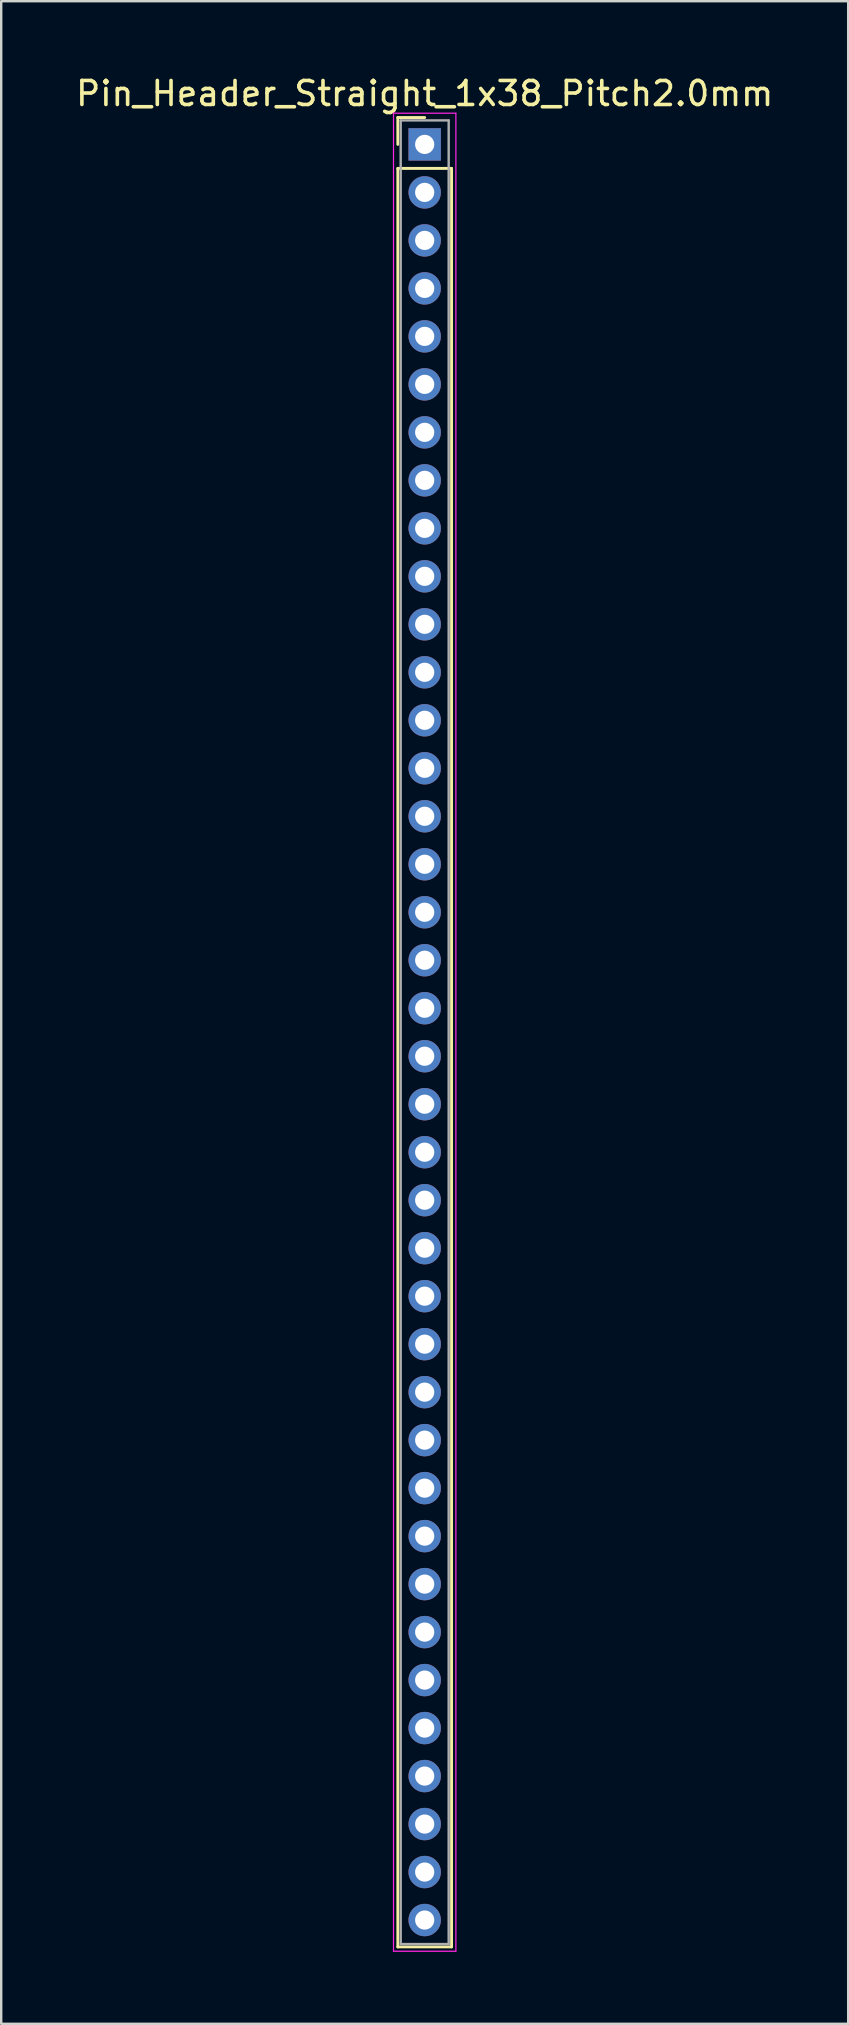
<source format=kicad_pcb>
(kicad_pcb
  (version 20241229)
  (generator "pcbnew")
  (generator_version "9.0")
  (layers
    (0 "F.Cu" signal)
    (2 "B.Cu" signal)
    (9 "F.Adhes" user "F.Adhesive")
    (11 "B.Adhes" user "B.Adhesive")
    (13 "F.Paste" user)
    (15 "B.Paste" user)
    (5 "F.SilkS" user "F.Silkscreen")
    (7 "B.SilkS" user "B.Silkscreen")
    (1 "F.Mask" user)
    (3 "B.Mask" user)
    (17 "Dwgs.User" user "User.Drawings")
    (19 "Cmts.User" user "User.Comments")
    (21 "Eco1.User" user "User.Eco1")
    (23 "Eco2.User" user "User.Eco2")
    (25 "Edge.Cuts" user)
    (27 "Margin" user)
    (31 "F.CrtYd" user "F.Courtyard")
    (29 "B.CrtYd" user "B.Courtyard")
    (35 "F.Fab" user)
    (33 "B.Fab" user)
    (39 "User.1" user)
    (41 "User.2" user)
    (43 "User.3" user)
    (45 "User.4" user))
  (footprint "Pin_Header_Straight_1x38_Pitch2.0mm"
    (layer "F.Cu")
    (at 14.649 2.968)
    (property "Reference" "Pin_Header_Straight_1x38_Pitch2.0mm" (at 0 -2.12 0) (layer "F.SilkS") (effects (font (size 1 1) (thickness 0.15))))
    (attr through_hole)
    (fp_line (start -1.12 -1.12) (end 0 -1.12) (stroke (width 0.12) (type solid)) (layer "F.SilkS"))
    (fp_line (start -1.12 0) (end -1.12 -1.12) (stroke (width 0.12) (type solid)) (layer "F.SilkS"))
    (fp_line (start -1.12 1) (end -1.12 75.12) (stroke (width 0.12) (type solid)) (layer "F.SilkS"))
    (fp_line (start -1.12 75.12) (end 1.12 75.12) (stroke (width 0.12) (type solid)) (layer "F.SilkS"))
    (fp_line (start 1.12 1) (end -1.12 1) (stroke (width 0.12) (type solid)) (layer "F.SilkS"))
    (fp_line (start 1.12 75.12) (end 1.12 1) (stroke (width 0.12) (type solid)) (layer "F.SilkS"))
    (fp_line (start -1.3 -1.3) (end -1.3 75.3) (stroke (width 0.05) (type solid)) (layer "F.CrtYd"))
    (fp_line (start -1.3 75.3) (end 1.3 75.3) (stroke (width 0.05) (type solid)) (layer "F.CrtYd"))
    (fp_line (start 1.3 -1.3) (end -1.3 -1.3) (stroke (width 0.05) (type solid)) (layer "F.CrtYd"))
    (fp_line (start 1.3 75.3) (end 1.3 -1.3) (stroke (width 0.05) (type solid)) (layer "F.CrtYd"))
    (fp_line (start -1 -1) (end -1 75) (stroke (width 0.1) (type solid)) (layer "F.Fab"))
    (fp_line (start -1 75) (end 1 75) (stroke (width 0.1) (type solid)) (layer "F.Fab"))
    (fp_line (start 1 -1) (end -1 -1) (stroke (width 0.1) (type solid)) (layer "F.Fab"))
    (fp_line (start 1 75) (end 1 -1) (stroke (width 0.1) (type solid)) (layer "F.Fab"))
    (pad "1" thru_hole rect (at 0 0) (size 1.35 1.35) (drill 0.8) (layers "*.Cu" "*.Mask"))
    (pad "2" thru_hole oval (at 0 2) (size 1.35 1.35) (drill 0.8) (layers "*.Cu" "*.Mask"))
    (pad "3" thru_hole oval (at 0 4) (size 1.35 1.35) (drill 0.8) (layers "*.Cu" "*.Mask"))
    (pad "4" thru_hole oval (at 0 6) (size 1.35 1.35) (drill 0.8) (layers "*.Cu" "*.Mask"))
    (pad "5" thru_hole oval (at 0 8) (size 1.35 1.35) (drill 0.8) (layers "*.Cu" "*.Mask"))
    (pad "6" thru_hole oval (at 0 10) (size 1.35 1.35) (drill 0.8) (layers "*.Cu" "*.Mask"))
    (pad "7" thru_hole oval (at 0 12) (size 1.35 1.35) (drill 0.8) (layers "*.Cu" "*.Mask"))
    (pad "8" thru_hole oval (at 0 14) (size 1.35 1.35) (drill 0.8) (layers "*.Cu" "*.Mask"))
    (pad "9" thru_hole oval (at 0 16) (size 1.35 1.35) (drill 0.8) (layers "*.Cu" "*.Mask"))
    (pad "10" thru_hole oval (at 0 18) (size 1.35 1.35) (drill 0.8) (layers "*.Cu" "*.Mask"))
    (pad "11" thru_hole oval (at 0 20) (size 1.35 1.35) (drill 0.8) (layers "*.Cu" "*.Mask"))
    (pad "12" thru_hole oval (at 0 22) (size 1.35 1.35) (drill 0.8) (layers "*.Cu" "*.Mask"))
    (pad "13" thru_hole oval (at 0 24) (size 1.35 1.35) (drill 0.8) (layers "*.Cu" "*.Mask"))
    (pad "14" thru_hole oval (at 0 26) (size 1.35 1.35) (drill 0.8) (layers "*.Cu" "*.Mask"))
    (pad "15" thru_hole oval (at 0 28) (size 1.35 1.35) (drill 0.8) (layers "*.Cu" "*.Mask"))
    (pad "16" thru_hole oval (at 0 30) (size 1.35 1.35) (drill 0.8) (layers "*.Cu" "*.Mask"))
    (pad "17" thru_hole oval (at 0 32) (size 1.35 1.35) (drill 0.8) (layers "*.Cu" "*.Mask"))
    (pad "18" thru_hole oval (at 0 34) (size 1.35 1.35) (drill 0.8) (layers "*.Cu" "*.Mask"))
    (pad "19" thru_hole oval (at 0 36) (size 1.35 1.35) (drill 0.8) (layers "*.Cu" "*.Mask"))
    (pad "20" thru_hole oval (at 0 38) (size 1.35 1.35) (drill 0.8) (layers "*.Cu" "*.Mask"))
    (pad "21" thru_hole oval (at 0 40) (size 1.35 1.35) (drill 0.8) (layers "*.Cu" "*.Mask"))
    (pad "22" thru_hole oval (at 0 42) (size 1.35 1.35) (drill 0.8) (layers "*.Cu" "*.Mask"))
    (pad "23" thru_hole oval (at 0 44) (size 1.35 1.35) (drill 0.8) (layers "*.Cu" "*.Mask"))
    (pad "24" thru_hole oval (at 0 46) (size 1.35 1.35) (drill 0.8) (layers "*.Cu" "*.Mask"))
    (pad "25" thru_hole oval (at 0 48) (size 1.35 1.35) (drill 0.8) (layers "*.Cu" "*.Mask"))
    (pad "26" thru_hole oval (at 0 50) (size 1.35 1.35) (drill 0.8) (layers "*.Cu" "*.Mask"))
    (pad "27" thru_hole oval (at 0 52) (size 1.35 1.35) (drill 0.8) (layers "*.Cu" "*.Mask"))
    (pad "28" thru_hole oval (at 0 54) (size 1.35 1.35) (drill 0.8) (layers "*.Cu" "*.Mask"))
    (pad "29" thru_hole oval (at 0 56) (size 1.35 1.35) (drill 0.8) (layers "*.Cu" "*.Mask"))
    (pad "30" thru_hole oval (at 0 58) (size 1.35 1.35) (drill 0.8) (layers "*.Cu" "*.Mask"))
    (pad "31" thru_hole oval (at 0 60) (size 1.35 1.35) (drill 0.8) (layers "*.Cu" "*.Mask"))
    (pad "32" thru_hole oval (at 0 62) (size 1.35 1.35) (drill 0.8) (layers "*.Cu" "*.Mask"))
    (pad "33" thru_hole oval (at 0 64) (size 1.35 1.35) (drill 0.8) (layers "*.Cu" "*.Mask"))
    (pad "34" thru_hole oval (at 0 66) (size 1.35 1.35) (drill 0.8) (layers "*.Cu" "*.Mask"))
    (pad "35" thru_hole oval (at 0 68) (size 1.35 1.35) (drill 0.8) (layers "*.Cu" "*.Mask"))
    (pad "36" thru_hole oval (at 0 70) (size 1.35 1.35) (drill 0.8) (layers "*.Cu" "*.Mask"))
    (pad "37" thru_hole oval (at 0 72) (size 1.35 1.35) (drill 0.8) (layers "*.Cu" "*.Mask"))
    (pad "38" thru_hole oval (at 0 74) (size 1.35 1.35) (drill 0.8) (layers "*.Cu" "*.Mask")))
  (gr_rect
    (start -3 -3)
    (end 32.298 81.293)
    (stroke (width 0.1) (type default))
    (fill no)
    (layer "Edge.Cuts")))
</source>
